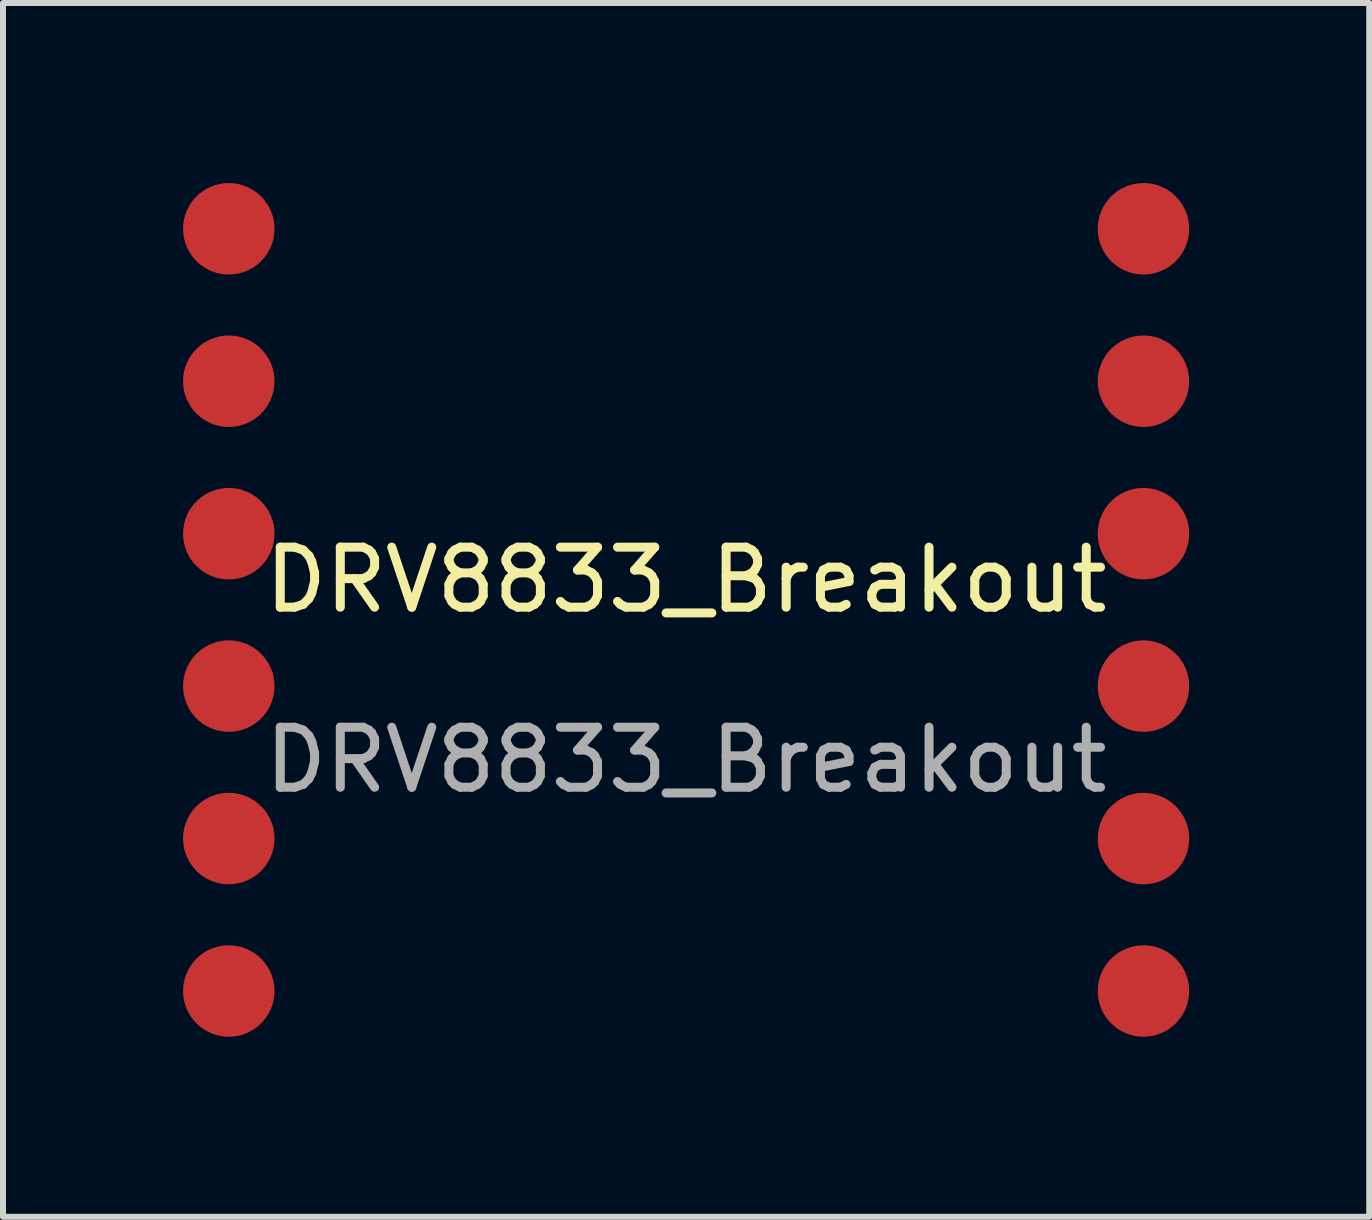
<source format=kicad_pcb>
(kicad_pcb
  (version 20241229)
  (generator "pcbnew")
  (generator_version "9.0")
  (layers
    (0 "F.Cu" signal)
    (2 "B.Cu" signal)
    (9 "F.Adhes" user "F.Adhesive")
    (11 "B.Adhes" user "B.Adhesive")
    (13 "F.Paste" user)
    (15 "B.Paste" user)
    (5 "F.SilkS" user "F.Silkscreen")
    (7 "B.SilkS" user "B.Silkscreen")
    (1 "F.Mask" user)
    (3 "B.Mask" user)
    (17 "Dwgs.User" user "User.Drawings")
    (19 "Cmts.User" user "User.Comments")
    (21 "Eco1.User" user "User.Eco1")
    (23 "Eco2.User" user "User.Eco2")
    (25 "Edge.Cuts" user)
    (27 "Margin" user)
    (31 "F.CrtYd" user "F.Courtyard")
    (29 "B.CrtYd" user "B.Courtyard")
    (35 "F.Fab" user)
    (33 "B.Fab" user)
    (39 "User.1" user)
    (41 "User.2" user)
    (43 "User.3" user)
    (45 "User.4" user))
  (footprint "DRV8833_Breakout"
    (layer "F.Cu")
    (at 8.382 7.112)
    (property "Reference" "DRV8833_Breakout" (at 0 -0.5 0) (unlocked yes) (layer "F.SilkS") (effects (font (size 1 1) (thickness 0.15))))
    (attr smd)
    (fp_text user "${REFERENCE}" (at 0 2.5 0) (unlocked yes) (layer "F.Fab") (effects (font (size 1 1) (thickness 0.15))))
    (pad "1" smd circle (at -7.62 -6.35) (size 1.524 1.524) (layers "F.Cu" "F.Mask" "F.Paste"))
    (pad "2" smd circle (at -7.62 -3.81) (size 1.524 1.524) (layers "F.Cu" "F.Mask" "F.Paste"))
    (pad "3" smd circle (at -7.62 -1.27) (size 1.524 1.524) (layers "F.Cu" "F.Mask" "F.Paste"))
    (pad "4" smd circle (at -7.62 1.27) (size 1.524 1.524) (layers "F.Cu" "F.Mask" "F.Paste"))
    (pad "5" smd circle (at -7.62 3.81) (size 1.524 1.524) (layers "F.Cu" "F.Mask" "F.Paste"))
    (pad "6" smd circle (at -7.62 6.35) (size 1.524 1.524) (layers "F.Cu" "F.Mask" "F.Paste"))
    (pad "7" smd circle (at 7.62 6.35) (size 1.524 1.524) (layers "F.Cu" "F.Mask" "F.Paste"))
    (pad "8" smd circle (at 7.62 3.81) (size 1.524 1.524) (layers "F.Cu" "F.Mask" "F.Paste"))
    (pad "9" smd circle (at 7.62 1.27) (size 1.524 1.524) (layers "F.Cu" "F.Mask" "F.Paste"))
    (pad "10" smd circle (at 7.62 -1.27) (size 1.524 1.524) (layers "F.Cu" "F.Mask" "F.Paste"))
    (pad "11" smd circle (at 7.62 -3.81) (size 1.524 1.524) (layers "F.Cu" "F.Mask" "F.Paste"))
    (pad "12" smd circle (at 7.62 -6.35) (size 1.524 1.524) (layers "F.Cu" "F.Mask" "F.Paste")))
  (gr_rect
    (start -3 -3)
    (end 19.764 17.224)
    (stroke (width 0.1) (type default))
    (fill no)
    (layer "Edge.Cuts")))
</source>
